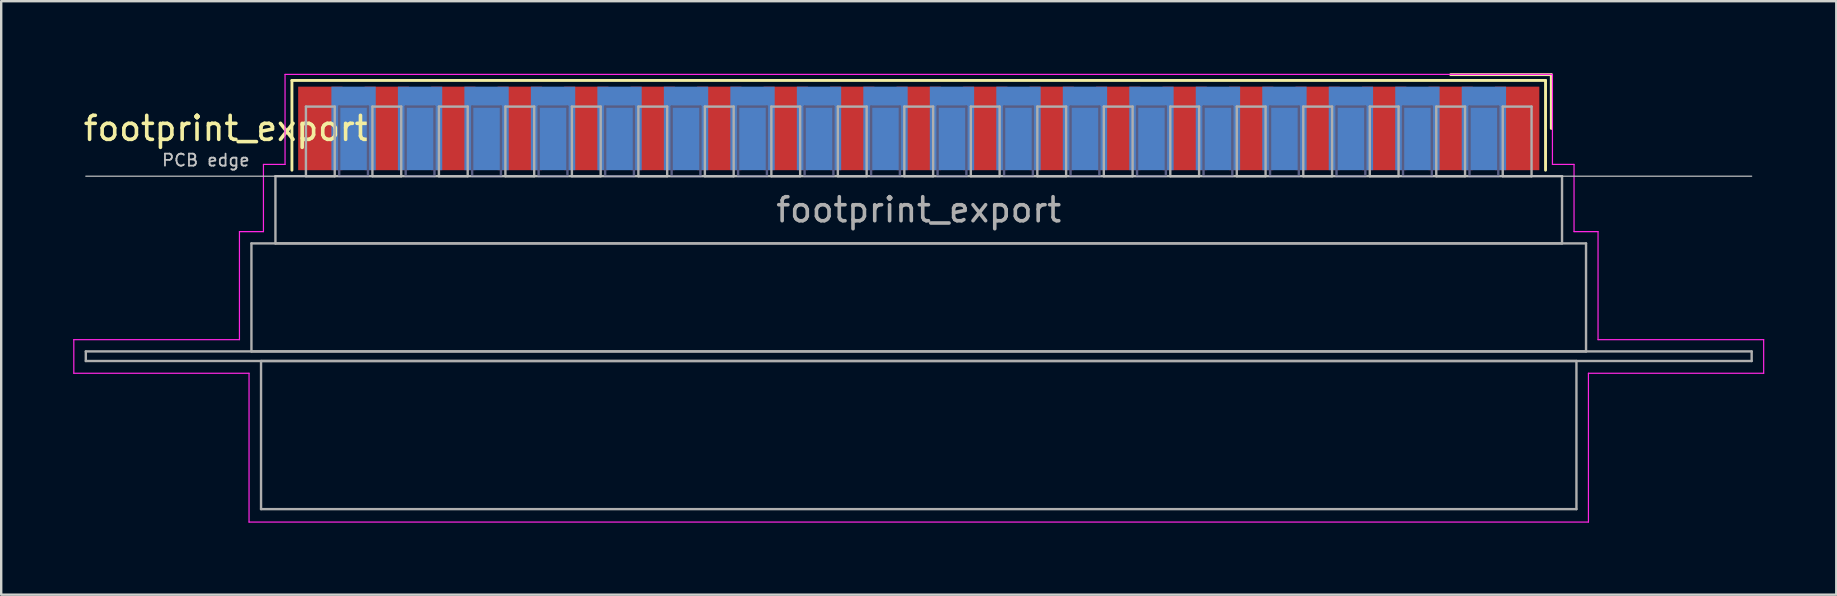
<source format=kicad_pcb>
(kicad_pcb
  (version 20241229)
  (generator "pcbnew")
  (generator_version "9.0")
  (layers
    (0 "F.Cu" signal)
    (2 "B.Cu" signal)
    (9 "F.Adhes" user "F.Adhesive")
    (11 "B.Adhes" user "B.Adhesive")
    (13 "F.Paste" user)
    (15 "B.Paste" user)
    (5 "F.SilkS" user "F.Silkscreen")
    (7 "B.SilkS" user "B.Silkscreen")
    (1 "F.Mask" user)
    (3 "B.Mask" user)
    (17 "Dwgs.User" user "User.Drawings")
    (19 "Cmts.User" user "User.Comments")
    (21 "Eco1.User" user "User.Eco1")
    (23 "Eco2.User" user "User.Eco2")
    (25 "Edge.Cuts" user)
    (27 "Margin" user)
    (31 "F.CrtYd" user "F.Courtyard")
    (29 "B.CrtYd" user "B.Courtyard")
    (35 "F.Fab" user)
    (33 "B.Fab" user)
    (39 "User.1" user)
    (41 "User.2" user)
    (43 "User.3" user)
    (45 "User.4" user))
  (footprint "footprint_export"
    (layer "F.Cu")
    (at 35.225 2.3)
    (property "Reference" "footprint_export" (at -28.853 0 0) (layer "F.SilkS") (effects (font (size 1 1) (thickness 0.15))))
    (attr smd)
    (fp_line (start -26.113 -2) (end -26.113 1.74) (stroke (width 0.12) (type solid)) (layer "F.SilkS"))
    (fp_line (start 26.113 -2) (end -26.113 -2) (stroke (width 0.12) (type solid)) (layer "F.SilkS"))
    (fp_line (start 26.113 1.74) (end 26.113 -2) (stroke (width 0.12) (type solid)) (layer "F.SilkS"))
    (fp_line (start 26.353 -2.24) (end 22.16 -2.24) (stroke (width 0.12) (type solid)) (layer "F.SilkS"))
    (fp_line (start 26.353 0) (end 26.353 -2.24) (stroke (width 0.12) (type solid)) (layer "F.SilkS"))
    (fp_line (start -34.7 1.99) (end 34.7 1.99) (stroke (width 0.05) (type solid)) (layer "Dwgs.User"))
    (fp_line (start -35.2 8.8) (end -28.3 8.8) (stroke (width 0.05) (type solid)) (layer "F.CrtYd"))
    (fp_line (start -35.2 10.2) (end -35.2 8.8) (stroke (width 0.05) (type solid)) (layer "F.CrtYd"))
    (fp_line (start -28.3 4.3) (end -27.3 4.3) (stroke (width 0.05) (type solid)) (layer "F.CrtYd"))
    (fp_line (start -28.3 8.8) (end -28.3 4.3) (stroke (width 0.05) (type solid)) (layer "F.CrtYd"))
    (fp_line (start -27.9 10.2) (end -35.2 10.2) (stroke (width 0.05) (type solid)) (layer "F.CrtYd"))
    (fp_line (start -27.9 16.4) (end -27.9 10.2) (stroke (width 0.05) (type solid)) (layer "F.CrtYd"))
    (fp_line (start -27.3 1.5) (end -26.4 1.5) (stroke (width 0.05) (type solid)) (layer "F.CrtYd"))
    (fp_line (start -27.3 4.3) (end -27.3 1.5) (stroke (width 0.05) (type solid)) (layer "F.CrtYd"))
    (fp_line (start -26.4 -2.25) (end 26.4 -2.25) (stroke (width 0.05) (type solid)) (layer "F.CrtYd"))
    (fp_line (start -26.4 1.5) (end -26.4 -2.25) (stroke (width 0.05) (type solid)) (layer "F.CrtYd"))
    (fp_line (start 26.4 -2.25) (end 26.4 1.5) (stroke (width 0.05) (type solid)) (layer "F.CrtYd"))
    (fp_line (start 26.4 1.5) (end 27.3 1.5) (stroke (width 0.05) (type solid)) (layer "F.CrtYd"))
    (fp_line (start 27.3 1.5) (end 27.3 4.3) (stroke (width 0.05) (type solid)) (layer "F.CrtYd"))
    (fp_line (start 27.3 4.3) (end 28.3 4.3) (stroke (width 0.05) (type solid)) (layer "F.CrtYd"))
    (fp_line (start 27.9 10.2) (end 27.9 16.4) (stroke (width 0.05) (type solid)) (layer "F.CrtYd"))
    (fp_line (start 27.9 16.4) (end -27.9 16.4) (stroke (width 0.05) (type solid)) (layer "F.CrtYd"))
    (fp_line (start 28.3 4.3) (end 28.3 8.8) (stroke (width 0.05) (type solid)) (layer "F.CrtYd"))
    (fp_line (start 28.3 8.8) (end 35.2 8.8) (stroke (width 0.05) (type solid)) (layer "F.CrtYd"))
    (fp_line (start 35.2 8.8) (end 35.2 10.2) (stroke (width 0.05) (type solid)) (layer "F.CrtYd"))
    (fp_line (start 35.2 10.2) (end 27.9 10.2) (stroke (width 0.05) (type solid)) (layer "F.CrtYd"))
    (fp_line (start -24.145 -0.91) (end -24.145 1.99) (stroke (width 0.1) (type solid)) (layer "B.Fab"))
    (fp_line (start -24.145 1.99) (end -22.945 1.99) (stroke (width 0.1) (type solid)) (layer "B.Fab"))
    (fp_line (start -22.945 -0.91) (end -24.145 -0.91) (stroke (width 0.1) (type solid)) (layer "B.Fab"))
    (fp_line (start -22.945 1.99) (end -22.945 -0.91) (stroke (width 0.1) (type solid)) (layer "B.Fab"))
    (fp_line (start -21.375 -0.91) (end -21.375 1.99) (stroke (width 0.1) (type solid)) (layer "B.Fab"))
    (fp_line (start -21.375 1.99) (end -20.175 1.99) (stroke (width 0.1) (type solid)) (layer "B.Fab"))
    (fp_line (start -20.175 -0.91) (end -21.375 -0.91) (stroke (width 0.1) (type solid)) (layer "B.Fab"))
    (fp_line (start -20.175 1.99) (end -20.175 -0.91) (stroke (width 0.1) (type solid)) (layer "B.Fab"))
    (fp_line (start -18.605 -0.91) (end -18.605 1.99) (stroke (width 0.1) (type solid)) (layer "B.Fab"))
    (fp_line (start -18.605 1.99) (end -17.405 1.99) (stroke (width 0.1) (type solid)) (layer "B.Fab"))
    (fp_line (start -17.405 -0.91) (end -18.605 -0.91) (stroke (width 0.1) (type solid)) (layer "B.Fab"))
    (fp_line (start -17.405 1.99) (end -17.405 -0.91) (stroke (width 0.1) (type solid)) (layer "B.Fab"))
    (fp_line (start -15.835 -0.91) (end -15.835 1.99) (stroke (width 0.1) (type solid)) (layer "B.Fab"))
    (fp_line (start -15.835 1.99) (end -14.635 1.99) (stroke (width 0.1) (type solid)) (layer "B.Fab"))
    (fp_line (start -14.635 -0.91) (end -15.835 -0.91) (stroke (width 0.1) (type solid)) (layer "B.Fab"))
    (fp_line (start -14.635 1.99) (end -14.635 -0.91) (stroke (width 0.1) (type solid)) (layer "B.Fab"))
    (fp_line (start -13.065 -0.91) (end -13.065 1.99) (stroke (width 0.1) (type solid)) (layer "B.Fab"))
    (fp_line (start -13.065 1.99) (end -11.865 1.99) (stroke (width 0.1) (type solid)) (layer "B.Fab"))
    (fp_line (start -11.865 -0.91) (end -13.065 -0.91) (stroke (width 0.1) (type solid)) (layer "B.Fab"))
    (fp_line (start -11.865 1.99) (end -11.865 -0.91) (stroke (width 0.1) (type solid)) (layer "B.Fab"))
    (fp_line (start -10.295 -0.91) (end -10.295 1.99) (stroke (width 0.1) (type solid)) (layer "B.Fab"))
    (fp_line (start -10.295 1.99) (end -9.095 1.99) (stroke (width 0.1) (type solid)) (layer "B.Fab"))
    (fp_line (start -9.095 -0.91) (end -10.295 -0.91) (stroke (width 0.1) (type solid)) (layer "B.Fab"))
    (fp_line (start -9.095 1.99) (end -9.095 -0.91) (stroke (width 0.1) (type solid)) (layer "B.Fab"))
    (fp_line (start -7.525 -0.91) (end -7.525 1.99) (stroke (width 0.1) (type solid)) (layer "B.Fab"))
    (fp_line (start -7.525 1.99) (end -6.325 1.99) (stroke (width 0.1) (type solid)) (layer "B.Fab"))
    (fp_line (start -6.325 -0.91) (end -7.525 -0.91) (stroke (width 0.1) (type solid)) (layer "B.Fab"))
    (fp_line (start -6.325 1.99) (end -6.325 -0.91) (stroke (width 0.1) (type solid)) (layer "B.Fab"))
    (fp_line (start -4.755 -0.91) (end -4.755 1.99) (stroke (width 0.1) (type solid)) (layer "B.Fab"))
    (fp_line (start -4.755 1.99) (end -3.555 1.99) (stroke (width 0.1) (type solid)) (layer "B.Fab"))
    (fp_line (start -3.555 -0.91) (end -4.755 -0.91) (stroke (width 0.1) (type solid)) (layer "B.Fab"))
    (fp_line (start -3.555 1.99) (end -3.555 -0.91) (stroke (width 0.1) (type solid)) (layer "B.Fab"))
    (fp_line (start -1.985 -0.91) (end -1.985 1.99) (stroke (width 0.1) (type solid)) (layer "B.Fab"))
    (fp_line (start -1.985 1.99) (end -0.785 1.99) (stroke (width 0.1) (type solid)) (layer "B.Fab"))
    (fp_line (start -0.785 -0.91) (end -1.985 -0.91) (stroke (width 0.1) (type solid)) (layer "B.Fab"))
    (fp_line (start -0.785 1.99) (end -0.785 -0.91) (stroke (width 0.1) (type solid)) (layer "B.Fab"))
    (fp_line (start 0.785 -0.91) (end 0.785 1.99) (stroke (width 0.1) (type solid)) (layer "B.Fab"))
    (fp_line (start 0.785 1.99) (end 1.985 1.99) (stroke (width 0.1) (type solid)) (layer "B.Fab"))
    (fp_line (start 1.985 -0.91) (end 0.785 -0.91) (stroke (width 0.1) (type solid)) (layer "B.Fab"))
    (fp_line (start 1.985 1.99) (end 1.985 -0.91) (stroke (width 0.1) (type solid)) (layer "B.Fab"))
    (fp_line (start 3.555 -0.91) (end 3.555 1.99) (stroke (width 0.1) (type solid)) (layer "B.Fab"))
    (fp_line (start 3.555 1.99) (end 4.755 1.99) (stroke (width 0.1) (type solid)) (layer "B.Fab"))
    (fp_line (start 4.755 -0.91) (end 3.555 -0.91) (stroke (width 0.1) (type solid)) (layer "B.Fab"))
    (fp_line (start 4.755 1.99) (end 4.755 -0.91) (stroke (width 0.1) (type solid)) (layer "B.Fab"))
    (fp_line (start 6.325 -0.91) (end 6.325 1.99) (stroke (width 0.1) (type solid)) (layer "B.Fab"))
    (fp_line (start 6.325 1.99) (end 7.525 1.99) (stroke (width 0.1) (type solid)) (layer "B.Fab"))
    (fp_line (start 7.525 -0.91) (end 6.325 -0.91) (stroke (width 0.1) (type solid)) (layer "B.Fab"))
    (fp_line (start 7.525 1.99) (end 7.525 -0.91) (stroke (width 0.1) (type solid)) (layer "B.Fab"))
    (fp_line (start 9.095 -0.91) (end 9.095 1.99) (stroke (width 0.1) (type solid)) (layer "B.Fab"))
    (fp_line (start 9.095 1.99) (end 10.295 1.99) (stroke (width 0.1) (type solid)) (layer "B.Fab"))
    (fp_line (start 10.295 -0.91) (end 9.095 -0.91) (stroke (width 0.1) (type solid)) (layer "B.Fab"))
    (fp_line (start 10.295 1.99) (end 10.295 -0.91) (stroke (width 0.1) (type solid)) (layer "B.Fab"))
    (fp_line (start 11.865 -0.91) (end 11.865 1.99) (stroke (width 0.1) (type solid)) (layer "B.Fab"))
    (fp_line (start 11.865 1.99) (end 13.065 1.99) (stroke (width 0.1) (type solid)) (layer "B.Fab"))
    (fp_line (start 13.065 -0.91) (end 11.865 -0.91) (stroke (width 0.1) (type solid)) (layer "B.Fab"))
    (fp_line (start 13.065 1.99) (end 13.065 -0.91) (stroke (width 0.1) (type solid)) (layer "B.Fab"))
    (fp_line (start 14.635 -0.91) (end 14.635 1.99) (stroke (width 0.1) (type solid)) (layer "B.Fab"))
    (fp_line (start 14.635 1.99) (end 15.835 1.99) (stroke (width 0.1) (type solid)) (layer "B.Fab"))
    (fp_line (start 15.835 -0.91) (end 14.635 -0.91) (stroke (width 0.1) (type solid)) (layer "B.Fab"))
    (fp_line (start 15.835 1.99) (end 15.835 -0.91) (stroke (width 0.1) (type solid)) (layer "B.Fab"))
    (fp_line (start 17.405 -0.91) (end 17.405 1.99) (stroke (width 0.1) (type solid)) (layer "B.Fab"))
    (fp_line (start 17.405 1.99) (end 18.605 1.99) (stroke (width 0.1) (type solid)) (layer "B.Fab"))
    (fp_line (start 18.605 -0.91) (end 17.405 -0.91) (stroke (width 0.1) (type solid)) (layer "B.Fab"))
    (fp_line (start 18.605 1.99) (end 18.605 -0.91) (stroke (width 0.1) (type solid)) (layer "B.Fab"))
    (fp_line (start 20.175 -0.91) (end 20.175 1.99) (stroke (width 0.1) (type solid)) (layer "B.Fab"))
    (fp_line (start 20.175 1.99) (end 21.375 1.99) (stroke (width 0.1) (type solid)) (layer "B.Fab"))
    (fp_line (start 21.375 -0.91) (end 20.175 -0.91) (stroke (width 0.1) (type solid)) (layer "B.Fab"))
    (fp_line (start 21.375 1.99) (end 21.375 -0.91) (stroke (width 0.1) (type solid)) (layer "B.Fab"))
    (fp_line (start 22.945 -0.91) (end 22.945 1.99) (stroke (width 0.1) (type solid)) (layer "B.Fab"))
    (fp_line (start 22.945 1.99) (end 24.145 1.99) (stroke (width 0.1) (type solid)) (layer "B.Fab"))
    (fp_line (start 24.145 -0.91) (end 22.945 -0.91) (stroke (width 0.1) (type solid)) (layer "B.Fab"))
    (fp_line (start 24.145 1.99) (end 24.145 -0.91) (stroke (width 0.1) (type solid)) (layer "B.Fab"))
    (fp_line (start -34.7 9.29) (end -34.7 9.69) (stroke (width 0.1) (type solid)) (layer "F.Fab"))
    (fp_line (start -34.7 9.69) (end 34.7 9.69) (stroke (width 0.1) (type solid)) (layer "F.Fab"))
    (fp_line (start -27.8 4.79) (end -27.8 9.29) (stroke (width 0.1) (type solid)) (layer "F.Fab"))
    (fp_line (start -27.8 9.29) (end 27.8 9.29) (stroke (width 0.1) (type solid)) (layer "F.Fab"))
    (fp_line (start -27.4 9.69) (end -27.4 15.86) (stroke (width 0.1) (type solid)) (layer "F.Fab"))
    (fp_line (start -27.4 15.86) (end 27.4 15.86) (stroke (width 0.1) (type solid)) (layer "F.Fab"))
    (fp_line (start -26.8 1.99) (end -26.8 4.79) (stroke (width 0.1) (type solid)) (layer "F.Fab"))
    (fp_line (start -26.8 4.79) (end 26.8 4.79) (stroke (width 0.1) (type solid)) (layer "F.Fab"))
    (fp_line (start -25.53 -0.91) (end -25.53 1.99) (stroke (width 0.1) (type solid)) (layer "F.Fab"))
    (fp_line (start -25.53 1.99) (end -24.33 1.99) (stroke (width 0.1) (type solid)) (layer "F.Fab"))
    (fp_line (start -24.33 -0.91) (end -25.53 -0.91) (stroke (width 0.1) (type solid)) (layer "F.Fab"))
    (fp_line (start -24.33 1.99) (end -24.33 -0.91) (stroke (width 0.1) (type solid)) (layer "F.Fab"))
    (fp_line (start -22.76 -0.91) (end -22.76 1.99) (stroke (width 0.1) (type solid)) (layer "F.Fab"))
    (fp_line (start -22.76 1.99) (end -21.56 1.99) (stroke (width 0.1) (type solid)) (layer "F.Fab"))
    (fp_line (start -21.56 -0.91) (end -22.76 -0.91) (stroke (width 0.1) (type solid)) (layer "F.Fab"))
    (fp_line (start -21.56 1.99) (end -21.56 -0.91) (stroke (width 0.1) (type solid)) (layer "F.Fab"))
    (fp_line (start -19.99 -0.91) (end -19.99 1.99) (stroke (width 0.1) (type solid)) (layer "F.Fab"))
    (fp_line (start -19.99 1.99) (end -18.79 1.99) (stroke (width 0.1) (type solid)) (layer "F.Fab"))
    (fp_line (start -18.79 -0.91) (end -19.99 -0.91) (stroke (width 0.1) (type solid)) (layer "F.Fab"))
    (fp_line (start -18.79 1.99) (end -18.79 -0.91) (stroke (width 0.1) (type solid)) (layer "F.Fab"))
    (fp_line (start -17.22 -0.91) (end -17.22 1.99) (stroke (width 0.1) (type solid)) (layer "F.Fab"))
    (fp_line (start -17.22 1.99) (end -16.02 1.99) (stroke (width 0.1) (type solid)) (layer "F.Fab"))
    (fp_line (start -16.02 -0.91) (end -17.22 -0.91) (stroke (width 0.1) (type solid)) (layer "F.Fab"))
    (fp_line (start -16.02 1.99) (end -16.02 -0.91) (stroke (width 0.1) (type solid)) (layer "F.Fab"))
    (fp_line (start -14.45 -0.91) (end -14.45 1.99) (stroke (width 0.1) (type solid)) (layer "F.Fab"))
    (fp_line (start -14.45 1.99) (end -13.25 1.99) (stroke (width 0.1) (type solid)) (layer "F.Fab"))
    (fp_line (start -13.25 -0.91) (end -14.45 -0.91) (stroke (width 0.1) (type solid)) (layer "F.Fab"))
    (fp_line (start -13.25 1.99) (end -13.25 -0.91) (stroke (width 0.1) (type solid)) (layer "F.Fab"))
    (fp_line (start -11.68 -0.91) (end -11.68 1.99) (stroke (width 0.1) (type solid)) (layer "F.Fab"))
    (fp_line (start -11.68 1.99) (end -10.48 1.99) (stroke (width 0.1) (type solid)) (layer "F.Fab"))
    (fp_line (start -10.48 -0.91) (end -11.68 -0.91) (stroke (width 0.1) (type solid)) (layer "F.Fab"))
    (fp_line (start -10.48 1.99) (end -10.48 -0.91) (stroke (width 0.1) (type solid)) (layer "F.Fab"))
    (fp_line (start -8.91 -0.91) (end -8.91 1.99) (stroke (width 0.1) (type solid)) (layer "F.Fab"))
    (fp_line (start -8.91 1.99) (end -7.71 1.99) (stroke (width 0.1) (type solid)) (layer "F.Fab"))
    (fp_line (start -7.71 -0.91) (end -8.91 -0.91) (stroke (width 0.1) (type solid)) (layer "F.Fab"))
    (fp_line (start -7.71 1.99) (end -7.71 -0.91) (stroke (width 0.1) (type solid)) (layer "F.Fab"))
    (fp_line (start -6.14 -0.91) (end -6.14 1.99) (stroke (width 0.1) (type solid)) (layer "F.Fab"))
    (fp_line (start -6.14 1.99) (end -4.94 1.99) (stroke (width 0.1) (type solid)) (layer "F.Fab"))
    (fp_line (start -4.94 -0.91) (end -6.14 -0.91) (stroke (width 0.1) (type solid)) (layer "F.Fab"))
    (fp_line (start -4.94 1.99) (end -4.94 -0.91) (stroke (width 0.1) (type solid)) (layer "F.Fab"))
    (fp_line (start -3.37 -0.91) (end -3.37 1.99) (stroke (width 0.1) (type solid)) (layer "F.Fab"))
    (fp_line (start -3.37 1.99) (end -2.17 1.99) (stroke (width 0.1) (type solid)) (layer "F.Fab"))
    (fp_line (start -2.17 -0.91) (end -3.37 -0.91) (stroke (width 0.1) (type solid)) (layer "F.Fab"))
    (fp_line (start -2.17 1.99) (end -2.17 -0.91) (stroke (width 0.1) (type solid)) (layer "F.Fab"))
    (fp_line (start -0.6 -0.91) (end -0.6 1.99) (stroke (width 0.1) (type solid)) (layer "F.Fab"))
    (fp_line (start -0.6 1.99) (end 0.6 1.99) (stroke (width 0.1) (type solid)) (layer "F.Fab"))
    (fp_line (start 0.6 -0.91) (end -0.6 -0.91) (stroke (width 0.1) (type solid)) (layer "F.Fab"))
    (fp_line (start 0.6 1.99) (end 0.6 -0.91) (stroke (width 0.1) (type solid)) (layer "F.Fab"))
    (fp_line (start 2.17 -0.91) (end 2.17 1.99) (stroke (width 0.1) (type solid)) (layer "F.Fab"))
    (fp_line (start 2.17 1.99) (end 3.37 1.99) (stroke (width 0.1) (type solid)) (layer "F.Fab"))
    (fp_line (start 3.37 -0.91) (end 2.17 -0.91) (stroke (width 0.1) (type solid)) (layer "F.Fab"))
    (fp_line (start 3.37 1.99) (end 3.37 -0.91) (stroke (width 0.1) (type solid)) (layer "F.Fab"))
    (fp_line (start 4.94 -0.91) (end 4.94 1.99) (stroke (width 0.1) (type solid)) (layer "F.Fab"))
    (fp_line (start 4.94 1.99) (end 6.14 1.99) (stroke (width 0.1) (type solid)) (layer "F.Fab"))
    (fp_line (start 6.14 -0.91) (end 4.94 -0.91) (stroke (width 0.1) (type solid)) (layer "F.Fab"))
    (fp_line (start 6.14 1.99) (end 6.14 -0.91) (stroke (width 0.1) (type solid)) (layer "F.Fab"))
    (fp_line (start 7.71 -0.91) (end 7.71 1.99) (stroke (width 0.1) (type solid)) (layer "F.Fab"))
    (fp_line (start 7.71 1.99) (end 8.91 1.99) (stroke (width 0.1) (type solid)) (layer "F.Fab"))
    (fp_line (start 8.91 -0.91) (end 7.71 -0.91) (stroke (width 0.1) (type solid)) (layer "F.Fab"))
    (fp_line (start 8.91 1.99) (end 8.91 -0.91) (stroke (width 0.1) (type solid)) (layer "F.Fab"))
    (fp_line (start 10.48 -0.91) (end 10.48 1.99) (stroke (width 0.1) (type solid)) (layer "F.Fab"))
    (fp_line (start 10.48 1.99) (end 11.68 1.99) (stroke (width 0.1) (type solid)) (layer "F.Fab"))
    (fp_line (start 11.68 -0.91) (end 10.48 -0.91) (stroke (width 0.1) (type solid)) (layer "F.Fab"))
    (fp_line (start 11.68 1.99) (end 11.68 -0.91) (stroke (width 0.1) (type solid)) (layer "F.Fab"))
    (fp_line (start 13.25 -0.91) (end 13.25 1.99) (stroke (width 0.1) (type solid)) (layer "F.Fab"))
    (fp_line (start 13.25 1.99) (end 14.45 1.99) (stroke (width 0.1) (type solid)) (layer "F.Fab"))
    (fp_line (start 14.45 -0.91) (end 13.25 -0.91) (stroke (width 0.1) (type solid)) (layer "F.Fab"))
    (fp_line (start 14.45 1.99) (end 14.45 -0.91) (stroke (width 0.1) (type solid)) (layer "F.Fab"))
    (fp_line (start 16.02 -0.91) (end 16.02 1.99) (stroke (width 0.1) (type solid)) (layer "F.Fab"))
    (fp_line (start 16.02 1.99) (end 17.22 1.99) (stroke (width 0.1) (type solid)) (layer "F.Fab"))
    (fp_line (start 17.22 -0.91) (end 16.02 -0.91) (stroke (width 0.1) (type solid)) (layer "F.Fab"))
    (fp_line (start 17.22 1.99) (end 17.22 -0.91) (stroke (width 0.1) (type solid)) (layer "F.Fab"))
    (fp_line (start 18.79 -0.91) (end 18.79 1.99) (stroke (width 0.1) (type solid)) (layer "F.Fab"))
    (fp_line (start 18.79 1.99) (end 19.99 1.99) (stroke (width 0.1) (type solid)) (layer "F.Fab"))
    (fp_line (start 19.99 -0.91) (end 18.79 -0.91) (stroke (width 0.1) (type solid)) (layer "F.Fab"))
    (fp_line (start 19.99 1.99) (end 19.99 -0.91) (stroke (width 0.1) (type solid)) (layer "F.Fab"))
    (fp_line (start 21.56 -0.91) (end 21.56 1.99) (stroke (width 0.1) (type solid)) (layer "F.Fab"))
    (fp_line (start 21.56 1.99) (end 22.76 1.99) (stroke (width 0.1) (type solid)) (layer "F.Fab"))
    (fp_line (start 22.76 -0.91) (end 21.56 -0.91) (stroke (width 0.1) (type solid)) (layer "F.Fab"))
    (fp_line (start 22.76 1.99) (end 22.76 -0.91) (stroke (width 0.1) (type solid)) (layer "F.Fab"))
    (fp_line (start 24.33 -0.91) (end 24.33 1.99) (stroke (width 0.1) (type solid)) (layer "F.Fab"))
    (fp_line (start 24.33 1.99) (end 25.53 1.99) (stroke (width 0.1) (type solid)) (layer "F.Fab"))
    (fp_line (start 25.53 -0.91) (end 24.33 -0.91) (stroke (width 0.1) (type solid)) (layer "F.Fab"))
    (fp_line (start 25.53 1.99) (end 25.53 -0.91) (stroke (width 0.1) (type solid)) (layer "F.Fab"))
    (fp_line (start 26.8 1.99) (end -26.8 1.99) (stroke (width 0.1) (type solid)) (layer "F.Fab"))
    (fp_line (start 26.8 4.79) (end 26.8 1.99) (stroke (width 0.1) (type solid)) (layer "F.Fab"))
    (fp_line (start 27.4 9.69) (end -27.4 9.69) (stroke (width 0.1) (type solid)) (layer "F.Fab"))
    (fp_line (start 27.4 15.86) (end 27.4 9.69) (stroke (width 0.1) (type solid)) (layer "F.Fab"))
    (fp_line (start 27.8 4.79) (end -27.8 4.79) (stroke (width 0.1) (type solid)) (layer "F.Fab"))
    (fp_line (start 27.8 9.29) (end 27.8 4.79) (stroke (width 0.1) (type solid)) (layer "F.Fab"))
    (fp_line (start 34.7 9.29) (end -34.7 9.29) (stroke (width 0.1) (type solid)) (layer "F.Fab"))
    (fp_line (start 34.7 9.69) (end 34.7 9.29) (stroke (width 0.1) (type solid)) (layer "F.Fab"))
    (fp_text user "PCB edge" (at -29.7 1.323 0) (layer "Dwgs.User") (effects (font (size 0.5 0.5) (thickness 0.075))))
    (fp_text user "${REFERENCE}" (at 0 3.39 0) (layer "F.Fab") (effects (font (size 1 1) (thickness 0.15))))
    (pad "1" smd rect (at 24.93 0) (size 1.847 3.48) (layers "F.Cu" "F.Mask" "F.Paste"))
    (pad "2" smd rect (at 22.16 0) (size 1.847 3.48) (layers "F.Cu" "F.Mask" "F.Paste"))
    (pad "3" smd rect (at 19.39 0) (size 1.847 3.48) (layers "F.Cu" "F.Mask" "F.Paste"))
    (pad "4" smd rect (at 16.62 0) (size 1.847 3.48) (layers "F.Cu" "F.Mask" "F.Paste"))
    (pad "5" smd rect (at 13.85 0) (size 1.847 3.48) (layers "F.Cu" "F.Mask" "F.Paste"))
    (pad "6" smd rect (at 11.08 0) (size 1.847 3.48) (layers "F.Cu" "F.Mask" "F.Paste"))
    (pad "7" smd rect (at 8.31 0) (size 1.847 3.48) (layers "F.Cu" "F.Mask" "F.Paste"))
    (pad "8" smd rect (at 5.54 0) (size 1.847 3.48) (layers "F.Cu" "F.Mask" "F.Paste"))
    (pad "9" smd rect (at 2.77 0) (size 1.847 3.48) (layers "F.Cu" "F.Mask" "F.Paste"))
    (pad "10" smd rect (at 0 0) (size 1.847 3.48) (layers "F.Cu" "F.Mask" "F.Paste"))
    (pad "11" smd rect (at -2.77 0) (size 1.847 3.48) (layers "F.Cu" "F.Mask" "F.Paste"))
    (pad "12" smd rect (at -5.54 0) (size 1.847 3.48) (layers "F.Cu" "F.Mask" "F.Paste"))
    (pad "13" smd rect (at -8.31 0) (size 1.847 3.48) (layers "F.Cu" "F.Mask" "F.Paste"))
    (pad "14" smd rect (at -11.08 0) (size 1.847 3.48) (layers "F.Cu" "F.Mask" "F.Paste"))
    (pad "15" smd rect (at -13.85 0) (size 1.847 3.48) (layers "F.Cu" "F.Mask" "F.Paste"))
    (pad "16" smd rect (at -16.62 0) (size 1.847 3.48) (layers "F.Cu" "F.Mask" "F.Paste"))
    (pad "17" smd rect (at -19.39 0) (size 1.847 3.48) (layers "F.Cu" "F.Mask" "F.Paste"))
    (pad "18" smd rect (at -22.16 0) (size 1.847 3.48) (layers "F.Cu" "F.Mask" "F.Paste"))
    (pad "19" smd rect (at -24.93 0) (size 1.847 3.48) (layers "F.Cu" "F.Mask" "F.Paste"))
    (pad "20" smd rect (at 23.545 0) (size 1.847 3.48) (layers "B.Cu" "B.Mask" "B.Paste"))
    (pad "21" smd rect (at 20.775 0) (size 1.847 3.48) (layers "B.Cu" "B.Mask" "B.Paste"))
    (pad "22" smd rect (at 18.005 0) (size 1.847 3.48) (layers "B.Cu" "B.Mask" "B.Paste"))
    (pad "23" smd rect (at 15.235 0) (size 1.847 3.48) (layers "B.Cu" "B.Mask" "B.Paste"))
    (pad "24" smd rect (at 12.465 0) (size 1.847 3.48) (layers "B.Cu" "B.Mask" "B.Paste"))
    (pad "25" smd rect (at 9.695 0) (size 1.847 3.48) (layers "B.Cu" "B.Mask" "B.Paste"))
    (pad "26" smd rect (at 6.925 0) (size 1.847 3.48) (layers "B.Cu" "B.Mask" "B.Paste"))
    (pad "27" smd rect (at 4.155 0) (size 1.847 3.48) (layers "B.Cu" "B.Mask" "B.Paste"))
    (pad "28" smd rect (at 1.385 0) (size 1.847 3.48) (layers "B.Cu" "B.Mask" "B.Paste"))
    (pad "29" smd rect (at -1.385 0) (size 1.847 3.48) (layers "B.Cu" "B.Mask" "B.Paste"))
    (pad "30" smd rect (at -4.155 0) (size 1.847 3.48) (layers "B.Cu" "B.Mask" "B.Paste"))
    (pad "31" smd rect (at -6.925 0) (size 1.847 3.48) (layers "B.Cu" "B.Mask" "B.Paste"))
    (pad "32" smd rect (at -9.695 0) (size 1.847 3.48) (layers "B.Cu" "B.Mask" "B.Paste"))
    (pad "33" smd rect (at -12.465 0) (size 1.847 3.48) (layers "B.Cu" "B.Mask" "B.Paste"))
    (pad "34" smd rect (at -15.235 0) (size 1.847 3.48) (layers "B.Cu" "B.Mask" "B.Paste"))
    (pad "35" smd rect (at -18.005 0) (size 1.847 3.48) (layers "B.Cu" "B.Mask" "B.Paste"))
    (pad "36" smd rect (at -20.775 0) (size 1.847 3.48) (layers "B.Cu" "B.Mask" "B.Paste"))
    (pad "37" smd rect (at -23.545 0) (size 1.847 3.48) (layers "B.Cu" "B.Mask" "B.Paste")))
  (gr_rect
    (start -3 -3)
    (end 73.45 21.725)
    (stroke (width 0.1) (type default))
    (fill no)
    (layer "Edge.Cuts")))
</source>
